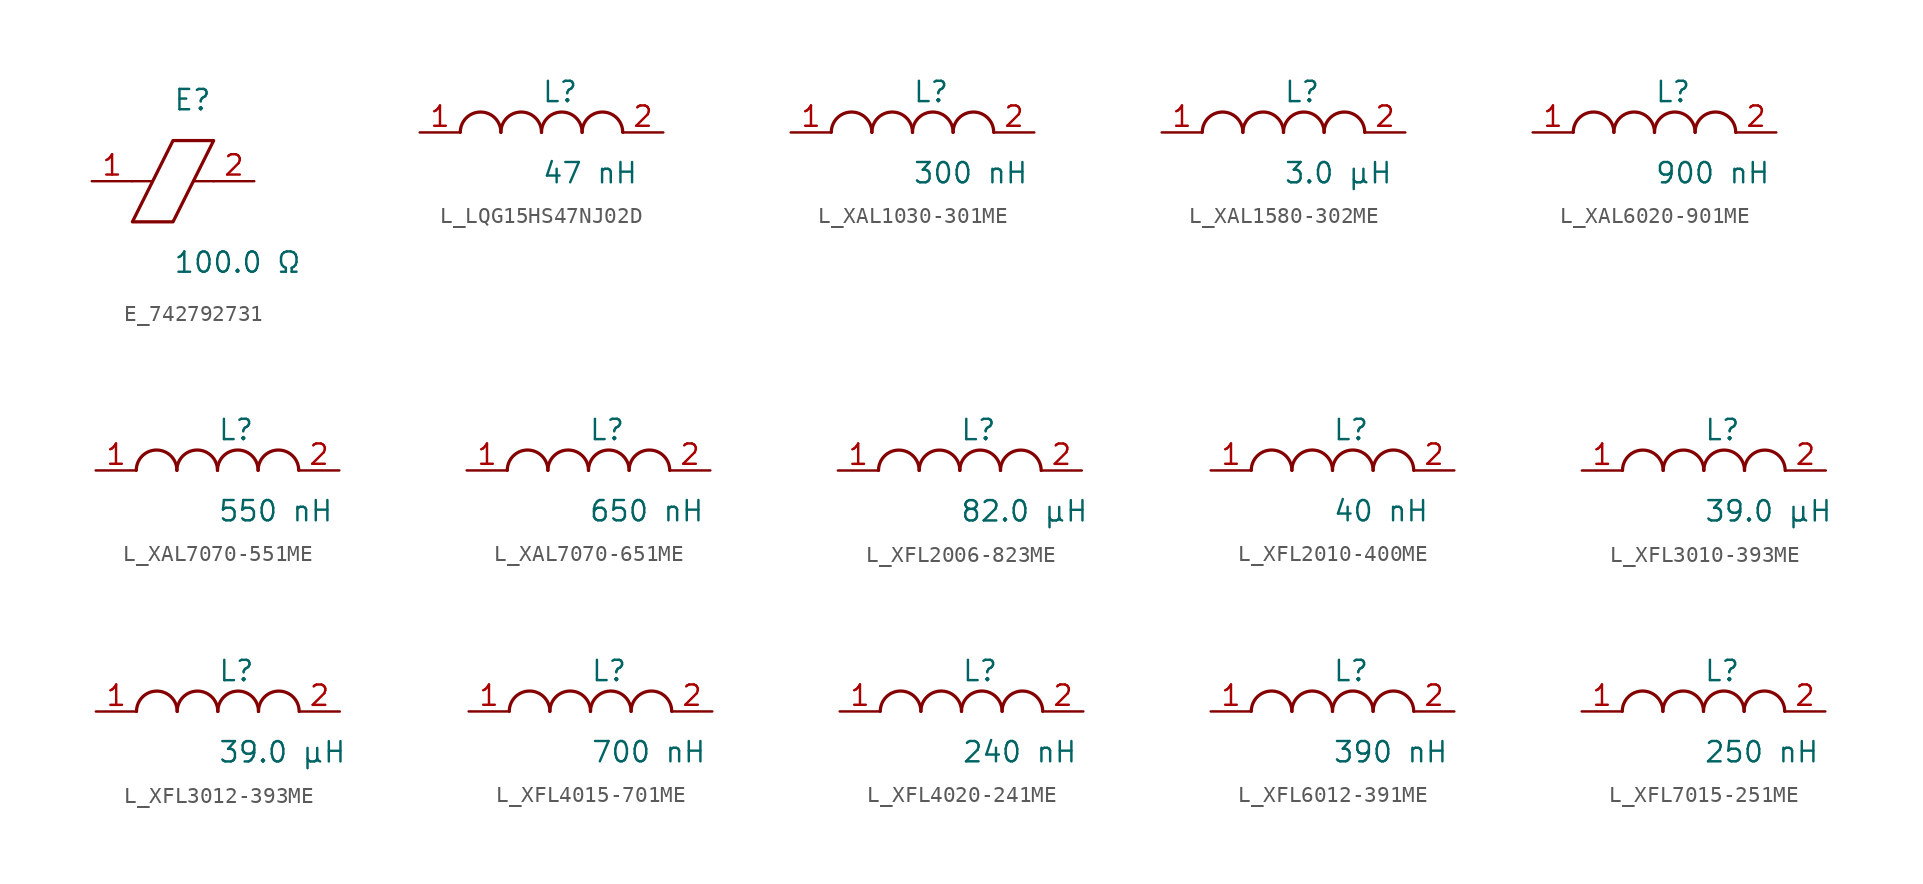
<source format=kicad_sym>
(kicad_symbol_lib
  (version 20231120)
  (generator kicad_symbol_editor)
  (generator_version 8.0)
  (symbol "E_742792731"
    (pin_names
      (offset 0.254))
    (property "Reference" "E"
      (at 0.0 5.08 0)
      (effects (font (size 1.27 1.27)) (justify left)))
    (property "Value" "100.0 Ω"
      (at 0.0 -5.08 0)
      (effects (font (size 1.27 1.27)) (justify left)))
    (symbol "E_742792731_0_1"
      (polyline (pts (xy -1.27 0) (xy -2.54 0)) (stroke (width 0) (type default)) (fill (type none)))
      (polyline (pts (xy 1.27 0) (xy 2.54 0)) (stroke (width 0) (type default)) (fill (type none)))
      (polyline (pts (xy 0 2.54) (xy 2.54 2.54) (xy 0 -2.54) (xy -2.54 -2.54) (xy 0 2.54)) (stroke (width 0.203) (type default)) (fill (type none))))
    (pin unspecified line
      (at -5.08 0 0)
      (length 2.54)
      (name "" (effects (font (size 1.27 1.27))))
      (number "1" (effects (font (size 1.27 1.27)))))
    (pin unspecified line
      (at 5.08 0 180)
      (length 2.54)
      (name "" (effects (font (size 1.27 1.27))))
      (number "2" (effects (font (size 1.27 1.27))))))
  (symbol "L_LQG15HS47NJ02D"
    (pin_names
      (offset 0.254))
    (property "Reference" "L"
      (at 0.0 2.54 0)
      (effects (font (size 1.27 1.27)) (justify left)))
    (property "Value" "47 nH"
      (at 0.0 -2.54 0)
      (effects (font (size 1.27 1.27)) (justify left)))
    (symbol "L_LQG15HS47NJ02D_1_1"
      (arc (start -2.54 0.0056) (mid -3.81 1.27) (end -5.08 0.0056) (stroke (width 0.2032) (type default)) (fill (type none)))
      (arc (start 0 0.0056) (mid -1.27 1.27) (end -2.54 0.0056) (stroke (width 0.2032) (type default)) (fill (type none)))
      (arc (start 2.54 0.0056) (mid 1.27 1.27) (end 0 0.0056) (stroke (width 0.2032) (type default)) (fill (type none)))
      (arc (start 5.08 0.0056) (mid 3.81 1.27) (end 2.54 0.0056) (stroke (width 0.2032) (type default)) (fill (type none)))
      (pin unspecified line (at -7.62 0 0) (length 2.54) (name "" (effects (font (size 1.27 1.27)))) (number "1" (effects (font (size 1.27 1.27)))))
      (pin unspecified line (at 7.62 0 180) (length 2.54) (name "" (effects (font (size 1.27 1.27)))) (number "2" (effects (font (size 1.27 1.27)))))))
  (symbol "L_XAL1030-301ME"
    (pin_names
      (offset 0.254))
    (property "Reference" "L"
      (at 0.0 2.54 0)
      (effects (font (size 1.27 1.27)) (justify left)))
    (property "Value" "300 nH"
      (at 0.0 -2.54 0)
      (effects (font (size 1.27 1.27)) (justify left)))
    (symbol "L_XAL1030-301ME_1_1"
      (arc (start -2.54 0.0056) (mid -3.81 1.27) (end -5.08 0.0056) (stroke (width 0.2032) (type default)) (fill (type none)))
      (arc (start 0 0.0056) (mid -1.27 1.27) (end -2.54 0.0056) (stroke (width 0.2032) (type default)) (fill (type none)))
      (arc (start 2.54 0.0056) (mid 1.27 1.27) (end 0 0.0056) (stroke (width 0.2032) (type default)) (fill (type none)))
      (arc (start 5.08 0.0056) (mid 3.81 1.27) (end 2.54 0.0056) (stroke (width 0.2032) (type default)) (fill (type none)))
      (pin unspecified line (at -7.62 0 0) (length 2.54) (name "" (effects (font (size 1.27 1.27)))) (number "1" (effects (font (size 1.27 1.27)))))
      (pin unspecified line (at 7.62 0 180) (length 2.54) (name "" (effects (font (size 1.27 1.27)))) (number "2" (effects (font (size 1.27 1.27)))))))
  (symbol "L_XAL1580-302ME"
    (pin_names
      (offset 0.254))
    (property "Reference" "L"
      (at 0.0 2.54 0)
      (effects (font (size 1.27 1.27)) (justify left)))
    (property "Value" "3.0 µH"
      (at 0.0 -2.54 0)
      (effects (font (size 1.27 1.27)) (justify left)))
    (symbol "L_XAL1580-302ME_1_1"
      (arc (start -2.54 0.0056) (mid -3.81 1.27) (end -5.08 0.0056) (stroke (width 0.2032) (type default)) (fill (type none)))
      (arc (start 0 0.0056) (mid -1.27 1.27) (end -2.54 0.0056) (stroke (width 0.2032) (type default)) (fill (type none)))
      (arc (start 2.54 0.0056) (mid 1.27 1.27) (end 0 0.0056) (stroke (width 0.2032) (type default)) (fill (type none)))
      (arc (start 5.08 0.0056) (mid 3.81 1.27) (end 2.54 0.0056) (stroke (width 0.2032) (type default)) (fill (type none)))
      (pin unspecified line (at -7.62 0 0) (length 2.54) (name "" (effects (font (size 1.27 1.27)))) (number "1" (effects (font (size 1.27 1.27)))))
      (pin unspecified line (at 7.62 0 180) (length 2.54) (name "" (effects (font (size 1.27 1.27)))) (number "2" (effects (font (size 1.27 1.27)))))))
  (symbol "L_XAL6020-901ME"
    (pin_names
      (offset 0.254))
    (property "Reference" "L"
      (at 0.0 2.54 0)
      (effects (font (size 1.27 1.27)) (justify left)))
    (property "Value" "900 nH"
      (at 0.0 -2.54 0)
      (effects (font (size 1.27 1.27)) (justify left)))
    (symbol "L_XAL6020-901ME_1_1"
      (arc (start -2.54 0.0056) (mid -3.81 1.27) (end -5.08 0.0056) (stroke (width 0.2032) (type default)) (fill (type none)))
      (arc (start 0 0.0056) (mid -1.27 1.27) (end -2.54 0.0056) (stroke (width 0.2032) (type default)) (fill (type none)))
      (arc (start 2.54 0.0056) (mid 1.27 1.27) (end 0 0.0056) (stroke (width 0.2032) (type default)) (fill (type none)))
      (arc (start 5.08 0.0056) (mid 3.81 1.27) (end 2.54 0.0056) (stroke (width 0.2032) (type default)) (fill (type none)))
      (pin unspecified line (at -7.62 0 0) (length 2.54) (name "" (effects (font (size 1.27 1.27)))) (number "1" (effects (font (size 1.27 1.27)))))
      (pin unspecified line (at 7.62 0 180) (length 2.54) (name "" (effects (font (size 1.27 1.27)))) (number "2" (effects (font (size 1.27 1.27)))))))
  (symbol "L_XAL7070-551ME"
    (pin_names
      (offset 0.254))
    (property "Reference" "L"
      (at 0.0 2.54 0)
      (effects (font (size 1.27 1.27)) (justify left)))
    (property "Value" "550 nH"
      (at 0.0 -2.54 0)
      (effects (font (size 1.27 1.27)) (justify left)))
    (symbol "L_XAL7070-551ME_1_1"
      (arc (start -2.54 0.0056) (mid -3.81 1.27) (end -5.08 0.0056) (stroke (width 0.2032) (type default)) (fill (type none)))
      (arc (start 0 0.0056) (mid -1.27 1.27) (end -2.54 0.0056) (stroke (width 0.2032) (type default)) (fill (type none)))
      (arc (start 2.54 0.0056) (mid 1.27 1.27) (end 0 0.0056) (stroke (width 0.2032) (type default)) (fill (type none)))
      (arc (start 5.08 0.0056) (mid 3.81 1.27) (end 2.54 0.0056) (stroke (width 0.2032) (type default)) (fill (type none)))
      (pin unspecified line (at -7.62 0 0) (length 2.54) (name "" (effects (font (size 1.27 1.27)))) (number "1" (effects (font (size 1.27 1.27)))))
      (pin unspecified line (at 7.62 0 180) (length 2.54) (name "" (effects (font (size 1.27 1.27)))) (number "2" (effects (font (size 1.27 1.27)))))))
  (symbol "L_XAL7070-651ME"
    (pin_names
      (offset 0.254))
    (property "Reference" "L"
      (at 0.0 2.54 0)
      (effects (font (size 1.27 1.27)) (justify left)))
    (property "Value" "650 nH"
      (at 0.0 -2.54 0)
      (effects (font (size 1.27 1.27)) (justify left)))
    (symbol "L_XAL7070-651ME_1_1"
      (arc (start -2.54 0.0056) (mid -3.81 1.27) (end -5.08 0.0056) (stroke (width 0.2032) (type default)) (fill (type none)))
      (arc (start 0 0.0056) (mid -1.27 1.27) (end -2.54 0.0056) (stroke (width 0.2032) (type default)) (fill (type none)))
      (arc (start 2.54 0.0056) (mid 1.27 1.27) (end 0 0.0056) (stroke (width 0.2032) (type default)) (fill (type none)))
      (arc (start 5.08 0.0056) (mid 3.81 1.27) (end 2.54 0.0056) (stroke (width 0.2032) (type default)) (fill (type none)))
      (pin unspecified line (at -7.62 0 0) (length 2.54) (name "" (effects (font (size 1.27 1.27)))) (number "1" (effects (font (size 1.27 1.27)))))
      (pin unspecified line (at 7.62 0 180) (length 2.54) (name "" (effects (font (size 1.27 1.27)))) (number "2" (effects (font (size 1.27 1.27)))))))
  (symbol "L_XFL2006-823ME"
    (pin_names
      (offset 0.254))
    (property "Reference" "L"
      (at 0.0 2.54 0)
      (effects (font (size 1.27 1.27)) (justify left)))
    (property "Value" "82.0 µH"
      (at 0.0 -2.54 0)
      (effects (font (size 1.27 1.27)) (justify left)))
    (symbol "L_XFL2006-823ME_1_1"
      (arc (start -2.54 0.0056) (mid -3.81 1.27) (end -5.08 0.0056) (stroke (width 0.2032) (type default)) (fill (type none)))
      (arc (start 0 0.0056) (mid -1.27 1.27) (end -2.54 0.0056) (stroke (width 0.2032) (type default)) (fill (type none)))
      (arc (start 2.54 0.0056) (mid 1.27 1.27) (end 0 0.0056) (stroke (width 0.2032) (type default)) (fill (type none)))
      (arc (start 5.08 0.0056) (mid 3.81 1.27) (end 2.54 0.0056) (stroke (width 0.2032) (type default)) (fill (type none)))
      (pin unspecified line (at -7.62 0 0) (length 2.54) (name "" (effects (font (size 1.27 1.27)))) (number "1" (effects (font (size 1.27 1.27)))))
      (pin unspecified line (at 7.62 0 180) (length 2.54) (name "" (effects (font (size 1.27 1.27)))) (number "2" (effects (font (size 1.27 1.27)))))))
  (symbol "L_XFL2010-400ME"
    (pin_names
      (offset 0.254))
    (property "Reference" "L"
      (at 0.0 2.54 0)
      (effects (font (size 1.27 1.27)) (justify left)))
    (property "Value" "40 nH"
      (at 0.0 -2.54 0)
      (effects (font (size 1.27 1.27)) (justify left)))
    (symbol "L_XFL2010-400ME_1_1"
      (arc (start -2.54 0.0056) (mid -3.81 1.27) (end -5.08 0.0056) (stroke (width 0.2032) (type default)) (fill (type none)))
      (arc (start 0 0.0056) (mid -1.27 1.27) (end -2.54 0.0056) (stroke (width 0.2032) (type default)) (fill (type none)))
      (arc (start 2.54 0.0056) (mid 1.27 1.27) (end 0 0.0056) (stroke (width 0.2032) (type default)) (fill (type none)))
      (arc (start 5.08 0.0056) (mid 3.81 1.27) (end 2.54 0.0056) (stroke (width 0.2032) (type default)) (fill (type none)))
      (pin unspecified line (at -7.62 0 0) (length 2.54) (name "" (effects (font (size 1.27 1.27)))) (number "1" (effects (font (size 1.27 1.27)))))
      (pin unspecified line (at 7.62 0 180) (length 2.54) (name "" (effects (font (size 1.27 1.27)))) (number "2" (effects (font (size 1.27 1.27)))))))
  (symbol "L_XFL3010-393ME"
    (pin_names
      (offset 0.254))
    (property "Reference" "L"
      (at 0.0 2.54 0)
      (effects (font (size 1.27 1.27)) (justify left)))
    (property "Value" "39.0 µH"
      (at 0.0 -2.54 0)
      (effects (font (size 1.27 1.27)) (justify left)))
    (symbol "L_XFL3010-393ME_1_1"
      (arc (start -2.54 0.0056) (mid -3.81 1.27) (end -5.08 0.0056) (stroke (width 0.2032) (type default)) (fill (type none)))
      (arc (start 0 0.0056) (mid -1.27 1.27) (end -2.54 0.0056) (stroke (width 0.2032) (type default)) (fill (type none)))
      (arc (start 2.54 0.0056) (mid 1.27 1.27) (end 0 0.0056) (stroke (width 0.2032) (type default)) (fill (type none)))
      (arc (start 5.08 0.0056) (mid 3.81 1.27) (end 2.54 0.0056) (stroke (width 0.2032) (type default)) (fill (type none)))
      (pin unspecified line (at -7.62 0 0) (length 2.54) (name "" (effects (font (size 1.27 1.27)))) (number "1" (effects (font (size 1.27 1.27)))))
      (pin unspecified line (at 7.62 0 180) (length 2.54) (name "" (effects (font (size 1.27 1.27)))) (number "2" (effects (font (size 1.27 1.27)))))))
  (symbol "L_XFL3012-393ME"
    (pin_names
      (offset 0.254))
    (property "Reference" "L"
      (at 0.0 2.54 0)
      (effects (font (size 1.27 1.27)) (justify left)))
    (property "Value" "39.0 µH"
      (at 0.0 -2.54 0)
      (effects (font (size 1.27 1.27)) (justify left)))
    (symbol "L_XFL3012-393ME_1_1"
      (arc (start -2.54 0.0056) (mid -3.81 1.27) (end -5.08 0.0056) (stroke (width 0.2032) (type default)) (fill (type none)))
      (arc (start 0 0.0056) (mid -1.27 1.27) (end -2.54 0.0056) (stroke (width 0.2032) (type default)) (fill (type none)))
      (arc (start 2.54 0.0056) (mid 1.27 1.27) (end 0 0.0056) (stroke (width 0.2032) (type default)) (fill (type none)))
      (arc (start 5.08 0.0056) (mid 3.81 1.27) (end 2.54 0.0056) (stroke (width 0.2032) (type default)) (fill (type none)))
      (pin unspecified line (at -7.62 0 0) (length 2.54) (name "" (effects (font (size 1.27 1.27)))) (number "1" (effects (font (size 1.27 1.27)))))
      (pin unspecified line (at 7.62 0 180) (length 2.54) (name "" (effects (font (size 1.27 1.27)))) (number "2" (effects (font (size 1.27 1.27)))))))
  (symbol "L_XFL4015-701ME"
    (pin_names
      (offset 0.254))
    (property "Reference" "L"
      (at 0.0 2.54 0)
      (effects (font (size 1.27 1.27)) (justify left)))
    (property "Value" "700 nH"
      (at 0.0 -2.54 0)
      (effects (font (size 1.27 1.27)) (justify left)))
    (symbol "L_XFL4015-701ME_1_1"
      (arc (start -2.54 0.0056) (mid -3.81 1.27) (end -5.08 0.0056) (stroke (width 0.2032) (type default)) (fill (type none)))
      (arc (start 0 0.0056) (mid -1.27 1.27) (end -2.54 0.0056) (stroke (width 0.2032) (type default)) (fill (type none)))
      (arc (start 2.54 0.0056) (mid 1.27 1.27) (end 0 0.0056) (stroke (width 0.2032) (type default)) (fill (type none)))
      (arc (start 5.08 0.0056) (mid 3.81 1.27) (end 2.54 0.0056) (stroke (width 0.2032) (type default)) (fill (type none)))
      (pin unspecified line (at -7.62 0 0) (length 2.54) (name "" (effects (font (size 1.27 1.27)))) (number "1" (effects (font (size 1.27 1.27)))))
      (pin unspecified line (at 7.62 0 180) (length 2.54) (name "" (effects (font (size 1.27 1.27)))) (number "2" (effects (font (size 1.27 1.27)))))))
  (symbol "L_XFL4020-241ME"
    (pin_names
      (offset 0.254))
    (property "Reference" "L"
      (at 0.0 2.54 0)
      (effects (font (size 1.27 1.27)) (justify left)))
    (property "Value" "240 nH"
      (at 0.0 -2.54 0)
      (effects (font (size 1.27 1.27)) (justify left)))
    (symbol "L_XFL4020-241ME_1_1"
      (arc (start -2.54 0.0056) (mid -3.81 1.27) (end -5.08 0.0056) (stroke (width 0.2032) (type default)) (fill (type none)))
      (arc (start 0 0.0056) (mid -1.27 1.27) (end -2.54 0.0056) (stroke (width 0.2032) (type default)) (fill (type none)))
      (arc (start 2.54 0.0056) (mid 1.27 1.27) (end 0 0.0056) (stroke (width 0.2032) (type default)) (fill (type none)))
      (arc (start 5.08 0.0056) (mid 3.81 1.27) (end 2.54 0.0056) (stroke (width 0.2032) (type default)) (fill (type none)))
      (pin unspecified line (at -7.62 0 0) (length 2.54) (name "" (effects (font (size 1.27 1.27)))) (number "1" (effects (font (size 1.27 1.27)))))
      (pin unspecified line (at 7.62 0 180) (length 2.54) (name "" (effects (font (size 1.27 1.27)))) (number "2" (effects (font (size 1.27 1.27)))))))
  (symbol "L_XFL6012-391ME"
    (pin_names
      (offset 0.254))
    (property "Reference" "L"
      (at 0.0 2.54 0)
      (effects (font (size 1.27 1.27)) (justify left)))
    (property "Value" "390 nH"
      (at 0.0 -2.54 0)
      (effects (font (size 1.27 1.27)) (justify left)))
    (symbol "L_XFL6012-391ME_1_1"
      (arc (start -2.54 0.0056) (mid -3.81 1.27) (end -5.08 0.0056) (stroke (width 0.2032) (type default)) (fill (type none)))
      (arc (start 0 0.0056) (mid -1.27 1.27) (end -2.54 0.0056) (stroke (width 0.2032) (type default)) (fill (type none)))
      (arc (start 2.54 0.0056) (mid 1.27 1.27) (end 0 0.0056) (stroke (width 0.2032) (type default)) (fill (type none)))
      (arc (start 5.08 0.0056) (mid 3.81 1.27) (end 2.54 0.0056) (stroke (width 0.2032) (type default)) (fill (type none)))
      (pin unspecified line (at -7.62 0 0) (length 2.54) (name "" (effects (font (size 1.27 1.27)))) (number "1" (effects (font (size 1.27 1.27)))))
      (pin unspecified line (at 7.62 0 180) (length 2.54) (name "" (effects (font (size 1.27 1.27)))) (number "2" (effects (font (size 1.27 1.27)))))))
  (symbol "L_XFL7015-251ME"
    (pin_names
      (offset 0.254))
    (property "Reference" "L"
      (at 0.0 2.54 0)
      (effects (font (size 1.27 1.27)) (justify left)))
    (property "Value" "250 nH"
      (at 0.0 -2.54 0)
      (effects (font (size 1.27 1.27)) (justify left)))
    (symbol "L_XFL7015-251ME_1_1"
      (arc (start -2.54 0.0056) (mid -3.81 1.27) (end -5.08 0.0056) (stroke (width 0.2032) (type default)) (fill (type none)))
      (arc (start 0 0.0056) (mid -1.27 1.27) (end -2.54 0.0056) (stroke (width 0.2032) (type default)) (fill (type none)))
      (arc (start 2.54 0.0056) (mid 1.27 1.27) (end 0 0.0056) (stroke (width 0.2032) (type default)) (fill (type none)))
      (arc (start 5.08 0.0056) (mid 3.81 1.27) (end 2.54 0.0056) (stroke (width 0.2032) (type default)) (fill (type none)))
      (pin unspecified line (at -7.62 0 0) (length 2.54) (name "" (effects (font (size 1.27 1.27)))) (number "1" (effects (font (size 1.27 1.27)))))
      (pin unspecified line (at 7.62 0 180) (length 2.54) (name "" (effects (font (size 1.27 1.27)))) (number "2" (effects (font (size 1.27 1.27))))))))
</source>
